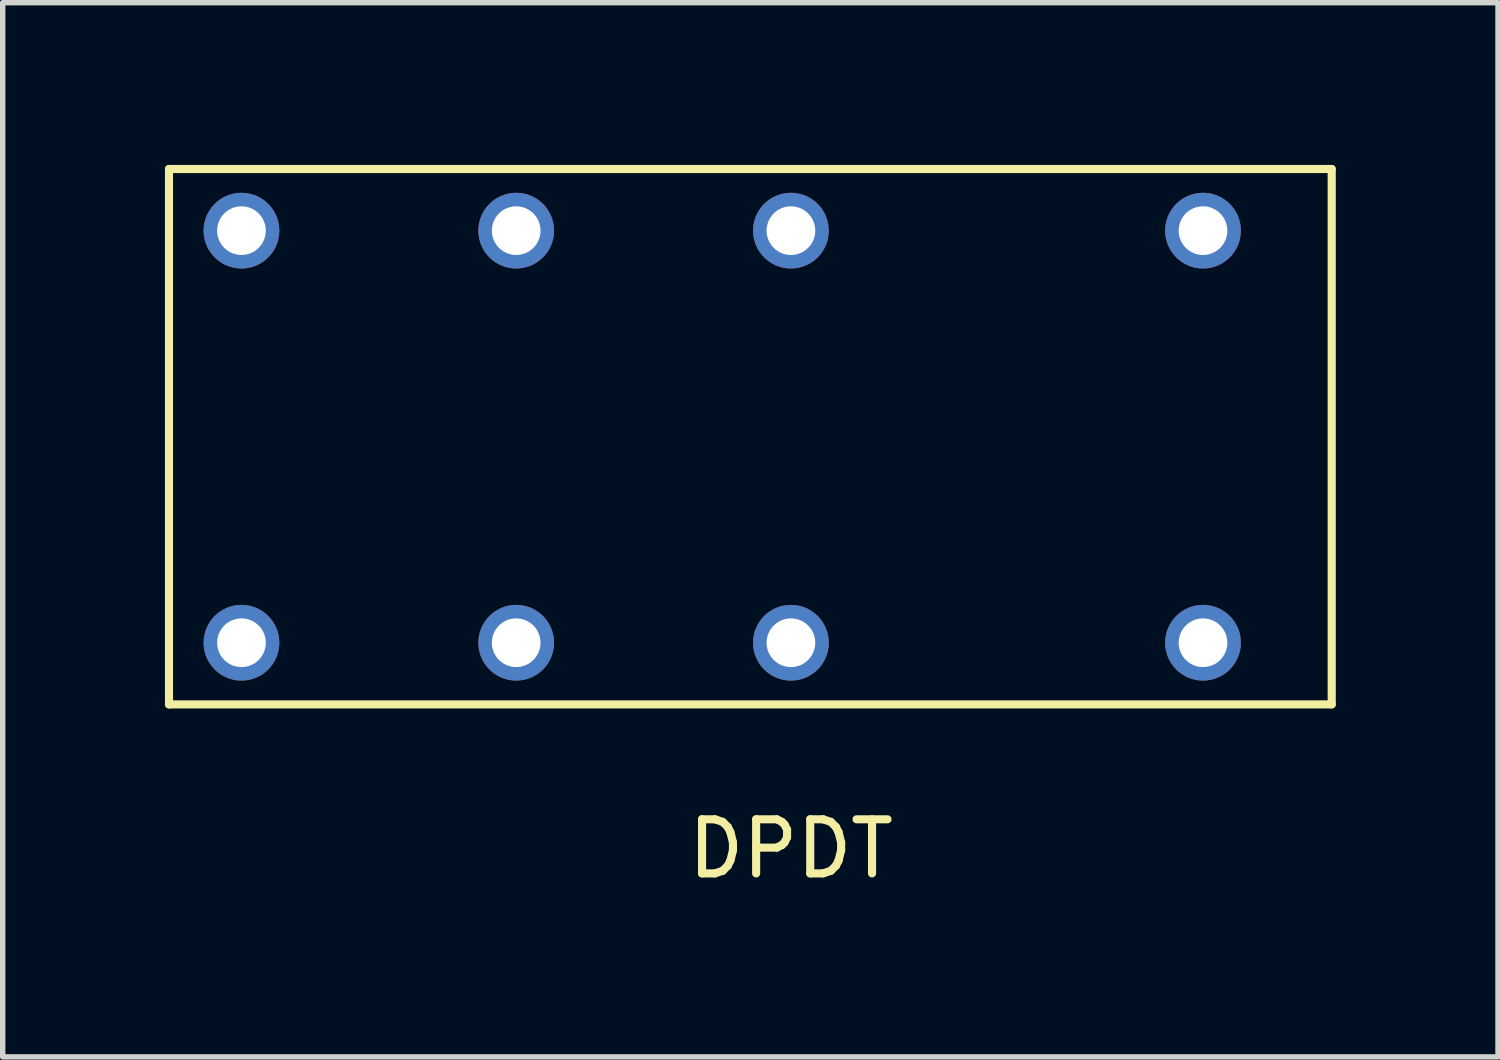
<source format=kicad_pcb>
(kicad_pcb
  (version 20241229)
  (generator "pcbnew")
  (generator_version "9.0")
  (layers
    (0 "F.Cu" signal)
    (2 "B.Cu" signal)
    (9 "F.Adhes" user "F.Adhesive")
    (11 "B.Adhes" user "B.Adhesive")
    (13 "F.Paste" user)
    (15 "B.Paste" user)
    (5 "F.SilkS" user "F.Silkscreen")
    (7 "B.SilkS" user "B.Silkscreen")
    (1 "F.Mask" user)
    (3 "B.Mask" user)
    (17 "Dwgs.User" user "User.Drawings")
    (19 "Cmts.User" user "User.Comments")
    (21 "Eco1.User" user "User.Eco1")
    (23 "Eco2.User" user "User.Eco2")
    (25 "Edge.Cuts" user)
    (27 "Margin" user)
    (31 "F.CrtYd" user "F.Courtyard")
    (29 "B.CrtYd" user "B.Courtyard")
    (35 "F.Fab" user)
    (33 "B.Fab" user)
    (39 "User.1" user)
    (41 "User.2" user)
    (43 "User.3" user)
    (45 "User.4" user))
  (footprint "DPDT"
    (layer "F.Cu")
    (at 11.575 5.025)
    (property "Reference" "DPDT" (at 0 7.62 0) (layer "F.SilkS") (effects (font (size 1 1) (thickness 0.15))))
    (attr through_hole)
    (fp_line (start -11.5 -4.95) (end 10 -4.95) (stroke (width 0.15) (type solid)) (layer "F.SilkS"))
    (fp_line (start -11.5 4.95) (end -11.5 -4.95) (stroke (width 0.15) (type solid)) (layer "F.SilkS"))
    (fp_line (start 10 -4.95) (end 10 4.95) (stroke (width 0.15) (type solid)) (layer "F.SilkS"))
    (fp_line (start 10 4.95) (end -11.5 4.95) (stroke (width 0.15) (type solid)) (layer "F.SilkS"))
    (pad "1" thru_hole circle (at 7.62 3.81) (size 1.4 1.4) (drill 0.9) (layers "*.Cu" "*.Mask"))
    (pad "2" thru_hole circle (at 0 3.81) (size 1.4 1.4) (drill 0.9) (layers "*.Cu" "*.Mask"))
    (pad "3" thru_hole circle (at -5.08 3.81) (size 1.4 1.4) (drill 0.9) (layers "*.Cu" "*.Mask"))
    (pad "4" thru_hole circle (at -10.16 3.81) (size 1.4 1.4) (drill 0.9) (layers "*.Cu" "*.Mask"))
    (pad "5" thru_hole circle (at -10.16 -3.81) (size 1.4 1.4) (drill 0.9) (layers "*.Cu" "*.Mask"))
    (pad "6" thru_hole circle (at -5.08 -3.81) (size 1.4 1.4) (drill 0.9) (layers "*.Cu" "*.Mask"))
    (pad "7" thru_hole circle (at 0 -3.81) (size 1.4 1.4) (drill 0.9) (layers "*.Cu" "*.Mask"))
    (pad "8" thru_hole circle (at 7.62 -3.81) (size 1.4 1.4) (drill 0.9) (layers "*.Cu" "*.Mask")))
  (gr_rect
    (start -3 -3)
    (end 24.65 16.493)
    (stroke (width 0.1) (type default))
    (fill no)
    (layer "Edge.Cuts")))
</source>
